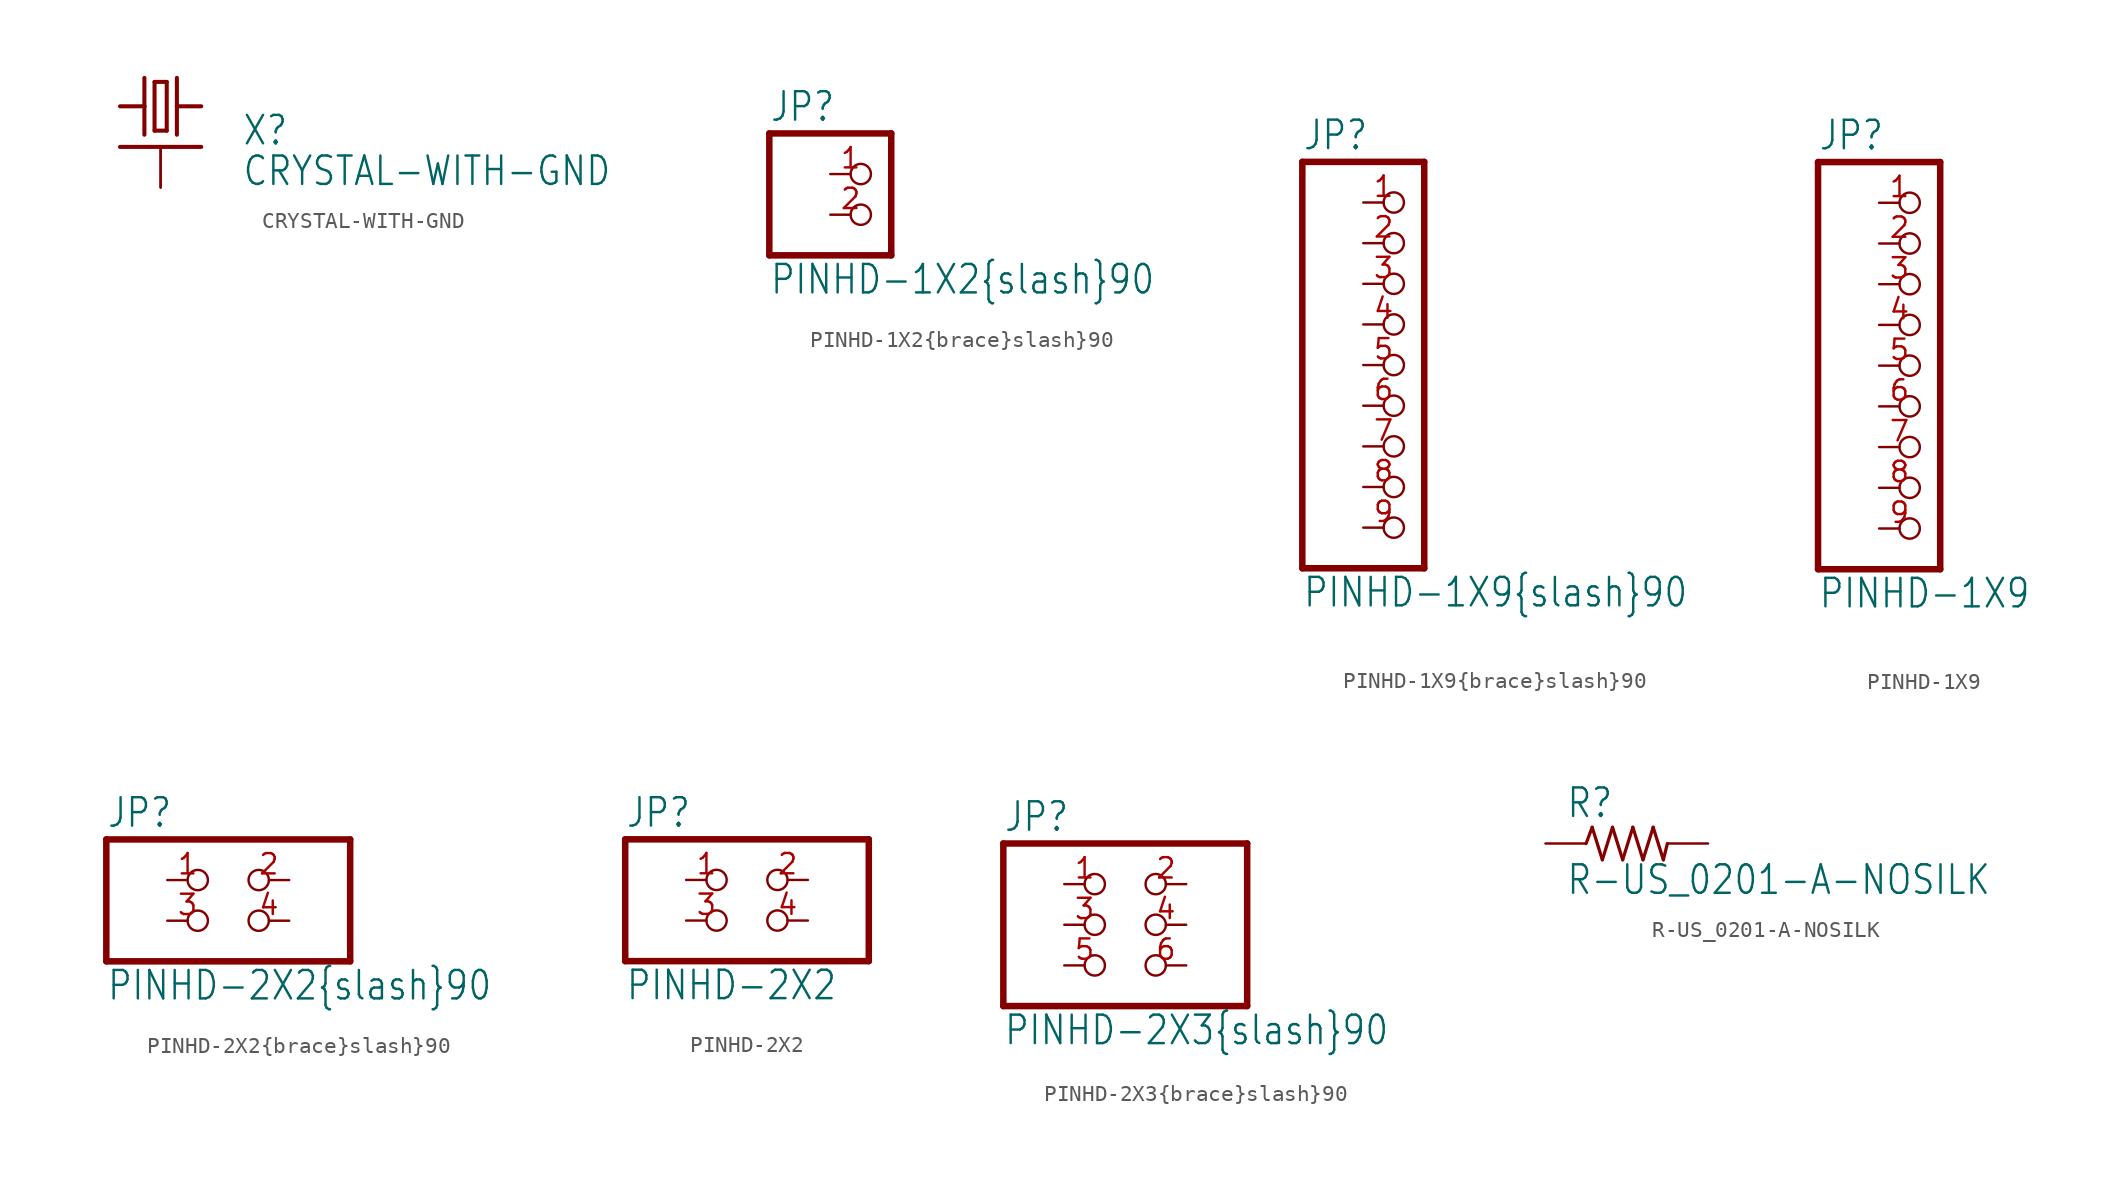
<source format=kicad_sym>
(kicad_symbol_lib
  (version 20210619)
  (generator kicad_symbol_editor)
  (symbol "CRYSTAL-WITH-GND"
    (property "Reference" "X"
      (at 5.08 -2.54 0)
      (effects (font (size 1.778 1.511)) (justify left bottom)))
    (property "Value" "CRYSTAL-WITH-GND"
      (at 5.08 -5.08 0)
      (effects (font (size 1.778 1.511)) (justify left bottom)))
    (property "ki_locked" ""
      (at 0 0 0)
      (effects (font (size 1.27 1.27))))
    (symbol "CRYSTAL-WITH-GND_1_0"
      (polyline (pts (xy -2.54 -2.54) (xy 2.54 -2.54)) (stroke (width 0.254)) (fill (type none)))
      (polyline (pts (xy -2.54 0) (xy -1.016 0)) (stroke (width 0.254)) (fill (type none)))
      (polyline (pts (xy -1.016 0) (xy -1.016 -1.778)) (stroke (width 0.254)) (fill (type none)))
      (polyline (pts (xy -1.016 1.778) (xy -1.016 0)) (stroke (width 0.254)) (fill (type none)))
      (polyline (pts (xy -0.381 -1.524) (xy 0.381 -1.524)) (stroke (width 0.254)) (fill (type none)))
      (polyline (pts (xy -0.381 1.524) (xy -0.381 -1.524)) (stroke (width 0.254)) (fill (type none)))
      (polyline (pts (xy 0.381 -1.524) (xy 0.381 1.524)) (stroke (width 0.254)) (fill (type none)))
      (polyline (pts (xy 0.381 1.524) (xy -0.381 1.524)) (stroke (width 0.254)) (fill (type none)))
      (polyline (pts (xy 1.016 0) (xy 1.016 -1.778)) (stroke (width 0.254)) (fill (type none)))
      (polyline (pts (xy 1.016 1.778) (xy 1.016 0)) (stroke (width 0.254)) (fill (type none)))
      (polyline (pts (xy 2.54 0) (xy 1.016 0)) (stroke (width 0.254)) (fill (type none)))
      (pin passive line (at -2.54 0 0) (length 0) (name "1" (effects (font (size 0 0)))) (number "1" (effects (font (size 0 0)))))
      (pin power_in line (at 0 -5.08 90) (length 2.54) (name "SHIELD" (effects (font (size 0 0)))) (number "2" (effects (font (size 0 0)))))
      (pin passive line (at 2.54 0 180) (length 0) (name "2" (effects (font (size 0 0)))) (number "3" (effects (font (size 0 0)))))
      (pin power_in line (at 0 -5.08 90) (length 2.54) (name "SHIELD" (effects (font (size 0 0)))) (number "4" (effects (font (size 0 0)))))))
  (symbol "PINHD-1X2{brace}slash}90"
    (property "Reference" "JP"
      (at -6.35 5.715 0)
      (effects (font (size 1.778 1.511)) (justify left bottom)))
    (property "Value" "PINHD-1X2{brace}slash}90"
      (at -6.35 -5.08 0)
      (effects (font (size 1.778 1.511)) (justify left bottom)))
    (property "ki_locked" ""
      (at 0 0 0)
      (effects (font (size 1.27 1.27))))
    (symbol "PINHD-1X2{brace}slash}90_1_0"
      (polyline (pts (xy -6.35 -2.54) (xy 1.27 -2.54)) (stroke (width 0.406)) (fill (type none)))
      (polyline (pts (xy -6.35 5.08) (xy -6.35 -2.54)) (stroke (width 0.406)) (fill (type none)))
      (polyline (pts (xy 1.27 -2.54) (xy 1.27 5.08)) (stroke (width 0.406)) (fill (type none)))
      (polyline (pts (xy 1.27 5.08) (xy -6.35 5.08)) (stroke (width 0.406)) (fill (type none)))
      (pin passive inverted (at -2.54 2.54 0) (length 2.54) (name "1" (effects (font (size 0 0)))) (number "1" (effects (font (size 1.27 1.27)))))
      (pin passive inverted (at -2.54 0 0) (length 2.54) (name "2" (effects (font (size 0 0)))) (number "2" (effects (font (size 1.27 1.27)))))))
  (symbol "PINHD-1X9{brace}slash}90"
    (property "Reference" "JP"
      (at -6.35 13.335 0)
      (effects (font (size 1.778 1.511)) (justify left bottom)))
    (property "Value" "PINHD-1X9{brace}slash}90"
      (at -6.35 -15.24 0)
      (effects (font (size 1.778 1.511)) (justify left bottom)))
    (property "ki_locked" ""
      (at 0 0 0)
      (effects (font (size 1.27 1.27))))
    (symbol "PINHD-1X9{brace}slash}90_1_0"
      (polyline (pts (xy -6.35 -12.7) (xy 1.27 -12.7)) (stroke (width 0.406)) (fill (type none)))
      (polyline (pts (xy -6.35 12.7) (xy -6.35 -12.7)) (stroke (width 0.406)) (fill (type none)))
      (polyline (pts (xy 1.27 -12.7) (xy 1.27 12.7)) (stroke (width 0.406)) (fill (type none)))
      (polyline (pts (xy 1.27 12.7) (xy -6.35 12.7)) (stroke (width 0.406)) (fill (type none)))
      (pin passive inverted (at -2.54 10.16 0) (length 2.54) (name "1" (effects (font (size 0 0)))) (number "1" (effects (font (size 1.27 1.27)))))
      (pin passive inverted (at -2.54 7.62 0) (length 2.54) (name "2" (effects (font (size 0 0)))) (number "2" (effects (font (size 1.27 1.27)))))
      (pin passive inverted (at -2.54 5.08 0) (length 2.54) (name "3" (effects (font (size 0 0)))) (number "3" (effects (font (size 1.27 1.27)))))
      (pin passive inverted (at -2.54 2.54 0) (length 2.54) (name "4" (effects (font (size 0 0)))) (number "4" (effects (font (size 1.27 1.27)))))
      (pin passive inverted (at -2.54 0 0) (length 2.54) (name "5" (effects (font (size 0 0)))) (number "5" (effects (font (size 1.27 1.27)))))
      (pin passive inverted (at -2.54 -2.54 0) (length 2.54) (name "6" (effects (font (size 0 0)))) (number "6" (effects (font (size 1.27 1.27)))))
      (pin passive inverted (at -2.54 -5.08 0) (length 2.54) (name "7" (effects (font (size 0 0)))) (number "7" (effects (font (size 1.27 1.27)))))
      (pin passive inverted (at -2.54 -7.62 0) (length 2.54) (name "8" (effects (font (size 0 0)))) (number "8" (effects (font (size 1.27 1.27)))))
      (pin passive inverted (at -2.54 -10.16 0) (length 2.54) (name "9" (effects (font (size 0 0)))) (number "9" (effects (font (size 1.27 1.27)))))))
  (symbol "PINHD-1X9"
    (property "Reference" "JP"
      (at -6.35 13.335 0)
      (effects (font (size 1.778 1.511)) (justify left bottom)))
    (property "Value" "PINHD-1X9"
      (at -6.35 -15.24 0)
      (effects (font (size 1.778 1.511)) (justify left bottom)))
    (property "ki_locked" ""
      (at 0 0 0)
      (effects (font (size 1.27 1.27))))
    (symbol "PINHD-1X9_1_0"
      (polyline (pts (xy -6.35 -12.7) (xy 1.27 -12.7)) (stroke (width 0.406)) (fill (type none)))
      (polyline (pts (xy -6.35 12.7) (xy -6.35 -12.7)) (stroke (width 0.406)) (fill (type none)))
      (polyline (pts (xy 1.27 -12.7) (xy 1.27 12.7)) (stroke (width 0.406)) (fill (type none)))
      (polyline (pts (xy 1.27 12.7) (xy -6.35 12.7)) (stroke (width 0.406)) (fill (type none)))
      (pin passive inverted (at -2.54 10.16 0) (length 2.54) (name "1" (effects (font (size 0 0)))) (number "1" (effects (font (size 1.27 1.27)))))
      (pin passive inverted (at -2.54 7.62 0) (length 2.54) (name "2" (effects (font (size 0 0)))) (number "2" (effects (font (size 1.27 1.27)))))
      (pin passive inverted (at -2.54 5.08 0) (length 2.54) (name "3" (effects (font (size 0 0)))) (number "3" (effects (font (size 1.27 1.27)))))
      (pin passive inverted (at -2.54 2.54 0) (length 2.54) (name "4" (effects (font (size 0 0)))) (number "4" (effects (font (size 1.27 1.27)))))
      (pin passive inverted (at -2.54 0 0) (length 2.54) (name "5" (effects (font (size 0 0)))) (number "5" (effects (font (size 1.27 1.27)))))
      (pin passive inverted (at -2.54 -2.54 0) (length 2.54) (name "6" (effects (font (size 0 0)))) (number "6" (effects (font (size 1.27 1.27)))))
      (pin passive inverted (at -2.54 -5.08 0) (length 2.54) (name "7" (effects (font (size 0 0)))) (number "7" (effects (font (size 1.27 1.27)))))
      (pin passive inverted (at -2.54 -7.62 0) (length 2.54) (name "8" (effects (font (size 0 0)))) (number "8" (effects (font (size 1.27 1.27)))))
      (pin passive inverted (at -2.54 -10.16 0) (length 2.54) (name "9" (effects (font (size 0 0)))) (number "9" (effects (font (size 1.27 1.27)))))))
  (symbol "PINHD-2X2{brace}slash}90"
    (property "Reference" "JP"
      (at -8.89 5.715 0)
      (effects (font (size 1.778 1.511)) (justify left bottom)))
    (property "Value" "PINHD-2X2{brace}slash}90"
      (at -8.89 -5.08 0)
      (effects (font (size 1.778 1.511)) (justify left bottom)))
    (property "ki_locked" ""
      (at 0 0 0)
      (effects (font (size 1.27 1.27))))
    (symbol "PINHD-2X2{brace}slash}90_1_0"
      (polyline (pts (xy -8.89 -2.54) (xy 6.35 -2.54)) (stroke (width 0.406)) (fill (type none)))
      (polyline (pts (xy -8.89 5.08) (xy -8.89 -2.54)) (stroke (width 0.406)) (fill (type none)))
      (polyline (pts (xy 6.35 -2.54) (xy 6.35 5.08)) (stroke (width 0.406)) (fill (type none)))
      (polyline (pts (xy 6.35 5.08) (xy -8.89 5.08)) (stroke (width 0.406)) (fill (type none)))
      (pin passive inverted (at -5.08 2.54 0) (length 2.54) (name "1" (effects (font (size 0 0)))) (number "1" (effects (font (size 1.27 1.27)))))
      (pin passive inverted (at 2.54 2.54 180) (length 2.54) (name "2" (effects (font (size 0 0)))) (number "2" (effects (font (size 1.27 1.27)))))
      (pin passive inverted (at -5.08 0 0) (length 2.54) (name "3" (effects (font (size 0 0)))) (number "3" (effects (font (size 1.27 1.27)))))
      (pin passive inverted (at 2.54 0 180) (length 2.54) (name "4" (effects (font (size 0 0)))) (number "4" (effects (font (size 1.27 1.27)))))))
  (symbol "PINHD-2X2"
    (property "Reference" "JP"
      (at -8.89 5.715 0)
      (effects (font (size 1.778 1.511)) (justify left bottom)))
    (property "Value" "PINHD-2X2"
      (at -8.89 -5.08 0)
      (effects (font (size 1.778 1.511)) (justify left bottom)))
    (property "ki_locked" ""
      (at 0 0 0)
      (effects (font (size 1.27 1.27))))
    (symbol "PINHD-2X2_1_0"
      (polyline (pts (xy -8.89 -2.54) (xy 6.35 -2.54)) (stroke (width 0.406)) (fill (type none)))
      (polyline (pts (xy -8.89 5.08) (xy -8.89 -2.54)) (stroke (width 0.406)) (fill (type none)))
      (polyline (pts (xy 6.35 -2.54) (xy 6.35 5.08)) (stroke (width 0.406)) (fill (type none)))
      (polyline (pts (xy 6.35 5.08) (xy -8.89 5.08)) (stroke (width 0.406)) (fill (type none)))
      (pin passive inverted (at -5.08 2.54 0) (length 2.54) (name "1" (effects (font (size 0 0)))) (number "1" (effects (font (size 1.27 1.27)))))
      (pin passive inverted (at 2.54 2.54 180) (length 2.54) (name "2" (effects (font (size 0 0)))) (number "2" (effects (font (size 1.27 1.27)))))
      (pin passive inverted (at -5.08 0 0) (length 2.54) (name "3" (effects (font (size 0 0)))) (number "3" (effects (font (size 1.27 1.27)))))
      (pin passive inverted (at 2.54 0 180) (length 2.54) (name "4" (effects (font (size 0 0)))) (number "4" (effects (font (size 1.27 1.27)))))))
  (symbol "PINHD-2X3{brace}slash}90"
    (property "Reference" "JP"
      (at -6.35 5.715 0)
      (effects (font (size 1.778 1.511)) (justify left bottom)))
    (property "Value" "PINHD-2X3{brace}slash}90"
      (at -6.35 -7.62 0)
      (effects (font (size 1.778 1.511)) (justify left bottom)))
    (property "ki_locked" ""
      (at 0 0 0)
      (effects (font (size 1.27 1.27))))
    (symbol "PINHD-2X3{brace}slash}90_1_0"
      (polyline (pts (xy -6.35 -5.08) (xy 8.89 -5.08)) (stroke (width 0.406)) (fill (type none)))
      (polyline (pts (xy -6.35 5.08) (xy -6.35 -5.08)) (stroke (width 0.406)) (fill (type none)))
      (polyline (pts (xy 8.89 -5.08) (xy 8.89 5.08)) (stroke (width 0.406)) (fill (type none)))
      (polyline (pts (xy 8.89 5.08) (xy -6.35 5.08)) (stroke (width 0.406)) (fill (type none)))
      (pin passive inverted (at -2.54 2.54 0) (length 2.54) (name "1" (effects (font (size 0 0)))) (number "1" (effects (font (size 1.27 1.27)))))
      (pin passive inverted (at 5.08 2.54 180) (length 2.54) (name "2" (effects (font (size 0 0)))) (number "2" (effects (font (size 1.27 1.27)))))
      (pin passive inverted (at -2.54 0 0) (length 2.54) (name "3" (effects (font (size 0 0)))) (number "3" (effects (font (size 1.27 1.27)))))
      (pin passive inverted (at 5.08 0 180) (length 2.54) (name "4" (effects (font (size 0 0)))) (number "4" (effects (font (size 1.27 1.27)))))
      (pin passive inverted (at -2.54 -2.54 0) (length 2.54) (name "5" (effects (font (size 0 0)))) (number "5" (effects (font (size 1.27 1.27)))))
      (pin passive inverted (at 5.08 -2.54 180) (length 2.54) (name "6" (effects (font (size 0 0)))) (number "6" (effects (font (size 1.27 1.27)))))))
  (symbol "R-US_0201-A-NOSILK"
    (property "Reference" "R"
      (at -3.81 1.499 0)
      (effects (font (size 1.778 1.511)) (justify left bottom)))
    (property "Value" "R-US_0201-A-NOSILK"
      (at -3.81 -3.302 0)
      (effects (font (size 1.778 1.511)) (justify left bottom)))
    (property "ki_locked" ""
      (at 0 0 0)
      (effects (font (size 1.27 1.27))))
    (symbol "R-US_0201-A-NOSILK_1_0"
      (polyline (pts (xy -2.54 0) (xy -2.159 1.016)) (stroke (width 0.203)) (fill (type none)))
      (polyline (pts (xy -2.159 1.016) (xy -1.524 -1.016)) (stroke (width 0.203)) (fill (type none)))
      (polyline (pts (xy -1.524 -1.016) (xy -0.889 1.016)) (stroke (width 0.203)) (fill (type none)))
      (polyline (pts (xy -0.889 1.016) (xy -0.254 -1.016)) (stroke (width 0.203)) (fill (type none)))
      (polyline (pts (xy -0.254 -1.016) (xy 0.381 1.016)) (stroke (width 0.203)) (fill (type none)))
      (polyline (pts (xy 0.381 1.016) (xy 1.016 -1.016)) (stroke (width 0.203)) (fill (type none)))
      (polyline (pts (xy 1.016 -1.016) (xy 1.651 1.016)) (stroke (width 0.203)) (fill (type none)))
      (polyline (pts (xy 1.651 1.016) (xy 2.286 -1.016)) (stroke (width 0.203)) (fill (type none)))
      (polyline (pts (xy 2.286 -1.016) (xy 2.54 0)) (stroke (width 0.203)) (fill (type none)))
      (pin passive line (at -5.08 0 0) (length 2.54) (name "1" (effects (font (size 0 0)))) (number "1" (effects (font (size 0 0)))))
      (pin passive line (at 5.08 0 180) (length 2.54) (name "2" (effects (font (size 0 0)))) (number "2" (effects (font (size 0 0))))))))
</source>
